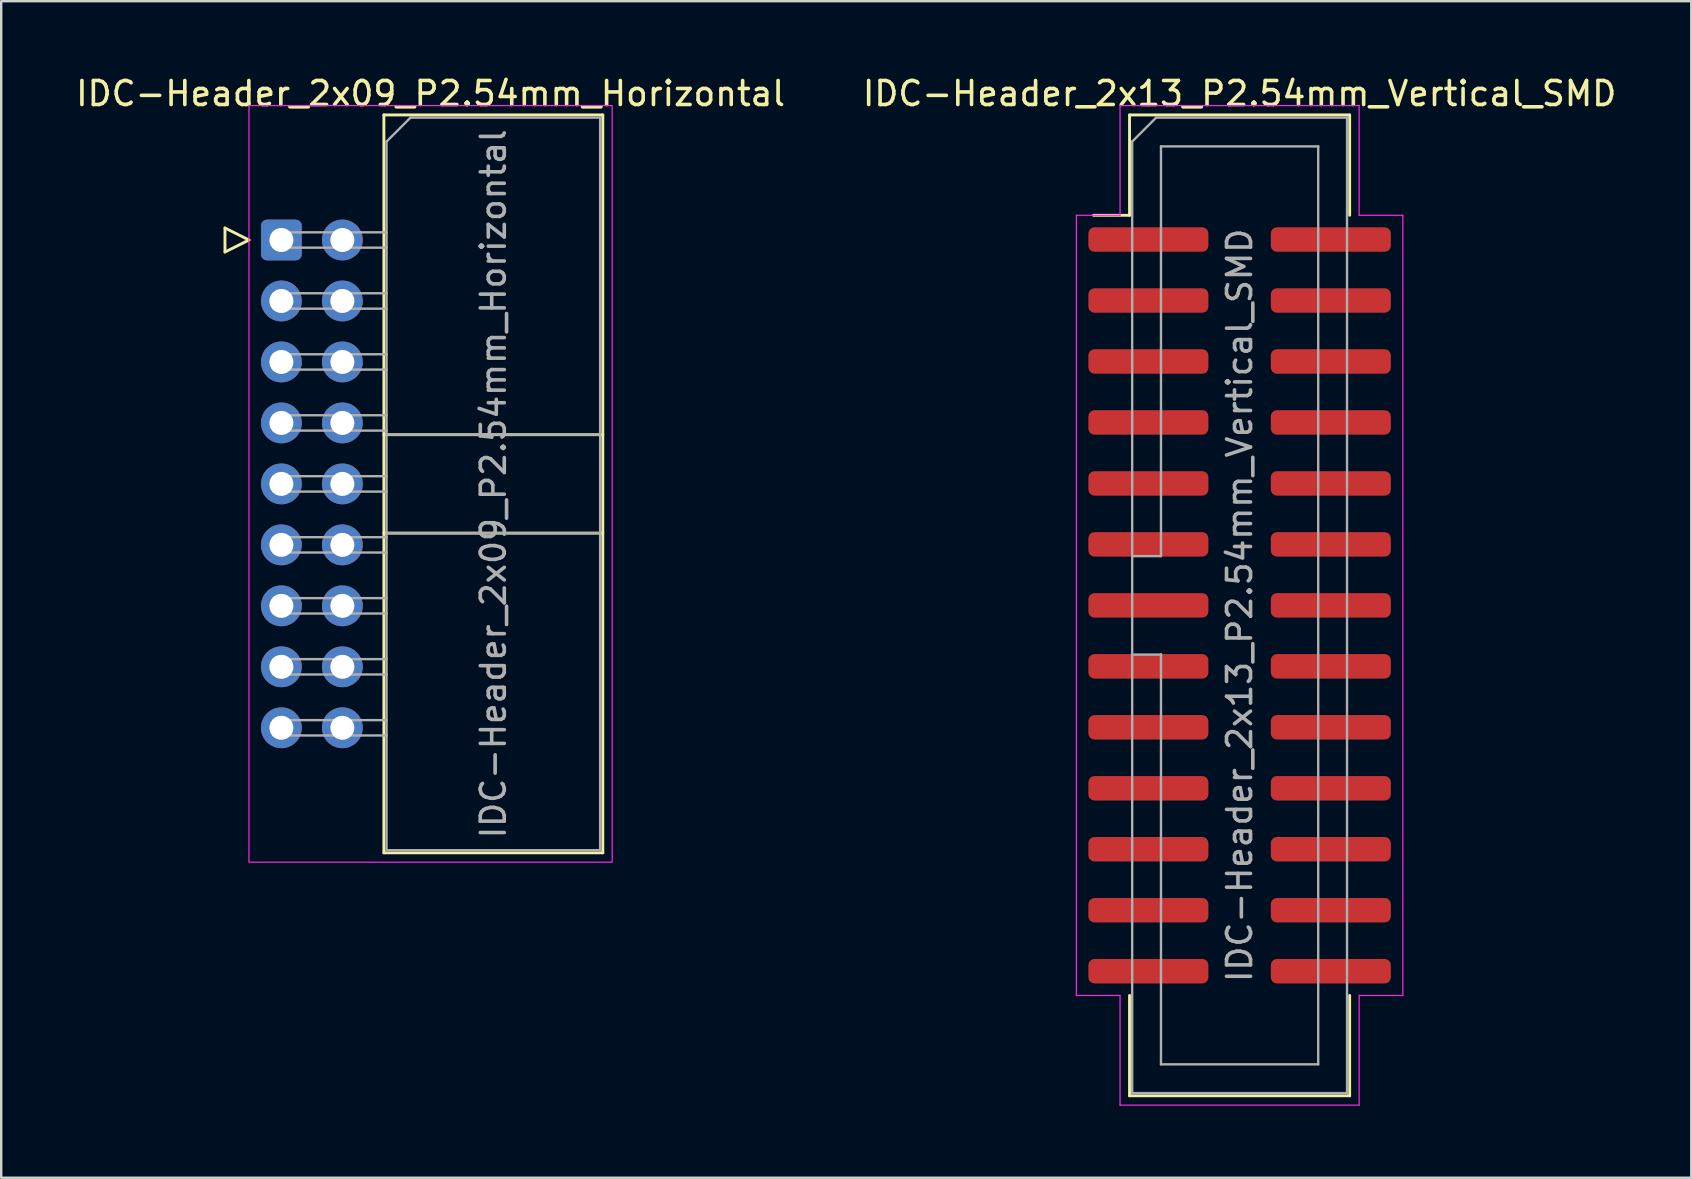
<source format=kicad_pcb>
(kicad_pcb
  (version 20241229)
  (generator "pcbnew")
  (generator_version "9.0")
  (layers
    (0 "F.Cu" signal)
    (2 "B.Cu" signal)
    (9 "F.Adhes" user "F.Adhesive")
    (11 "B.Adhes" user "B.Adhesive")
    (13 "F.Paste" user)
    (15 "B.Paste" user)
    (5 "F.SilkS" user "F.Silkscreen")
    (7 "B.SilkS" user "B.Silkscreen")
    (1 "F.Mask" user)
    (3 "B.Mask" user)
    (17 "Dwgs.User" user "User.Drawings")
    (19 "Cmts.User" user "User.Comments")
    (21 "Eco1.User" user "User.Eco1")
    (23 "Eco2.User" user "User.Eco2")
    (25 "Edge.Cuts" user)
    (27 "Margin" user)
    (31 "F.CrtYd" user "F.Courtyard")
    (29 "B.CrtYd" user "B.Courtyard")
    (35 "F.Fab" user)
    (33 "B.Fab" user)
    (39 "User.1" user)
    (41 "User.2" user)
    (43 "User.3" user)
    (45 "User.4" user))
  (footprint "IDC-Header_2x09_P2.54mm_Horizontal"
    (layer "F.Cu")
    (at 8.672 6.948)
    (property "Reference" "IDC-Header_2x09_P2.54mm_Horizontal" (at 6.215 -6.1 0) (layer "F.SilkS") (effects (font (size 1 1) (thickness 0.15))))
    (attr through_hole)
    (fp_line (start -2.35 -0.5) (end -2.35 0.5) (stroke (width 0.12) (type solid)) (layer "F.SilkS"))
    (fp_line (start -2.35 0.5) (end -1.35 0) (stroke (width 0.12) (type solid)) (layer "F.SilkS"))
    (fp_line (start -1.35 0) (end -2.35 -0.5) (stroke (width 0.12) (type solid)) (layer "F.SilkS"))
    (fp_line (start 4.27 -5.21) (end 13.39 -5.21) (stroke (width 0.12) (type solid)) (layer "F.SilkS"))
    (fp_line (start 4.27 8.11) (end 13.39 8.11) (stroke (width 0.12) (type solid)) (layer "F.SilkS"))
    (fp_line (start 4.27 12.21) (end 13.39 12.21) (stroke (width 0.12) (type solid)) (layer "F.SilkS"))
    (fp_line (start 4.27 25.53) (end 4.27 -5.21) (stroke (width 0.12) (type solid)) (layer "F.SilkS"))
    (fp_line (start 13.39 -5.21) (end 13.39 25.53) (stroke (width 0.12) (type solid)) (layer "F.SilkS"))
    (fp_line (start 13.39 25.53) (end 4.27 25.53) (stroke (width 0.12) (type solid)) (layer "F.SilkS"))
    (fp_rect (start -1.35 -5.6) (end 13.78 25.92) (stroke (width 0.05) (type solid)) (fill no) (layer "F.CrtYd"))
    (fp_line (start -0.32 -0.32) (end -0.32 0.32) (stroke (width 0.1) (type solid)) (layer "F.Fab"))
    (fp_line (start -0.32 0.32) (end 4.38 0.32) (stroke (width 0.1) (type solid)) (layer "F.Fab"))
    (fp_line (start -0.32 2.22) (end -0.32 2.86) (stroke (width 0.1) (type solid)) (layer "F.Fab"))
    (fp_line (start -0.32 2.86) (end 4.38 2.86) (stroke (width 0.1) (type solid)) (layer "F.Fab"))
    (fp_line (start -0.32 4.76) (end -0.32 5.4) (stroke (width 0.1) (type solid)) (layer "F.Fab"))
    (fp_line (start -0.32 5.4) (end 4.38 5.4) (stroke (width 0.1) (type solid)) (layer "F.Fab"))
    (fp_line (start -0.32 7.3) (end -0.32 7.94) (stroke (width 0.1) (type solid)) (layer "F.Fab"))
    (fp_line (start -0.32 7.94) (end 4.38 7.94) (stroke (width 0.1) (type solid)) (layer "F.Fab"))
    (fp_line (start -0.32 9.84) (end -0.32 10.48) (stroke (width 0.1) (type solid)) (layer "F.Fab"))
    (fp_line (start -0.32 10.48) (end 4.38 10.48) (stroke (width 0.1) (type solid)) (layer "F.Fab"))
    (fp_line (start -0.32 12.38) (end -0.32 13.02) (stroke (width 0.1) (type solid)) (layer "F.Fab"))
    (fp_line (start -0.32 13.02) (end 4.38 13.02) (stroke (width 0.1) (type solid)) (layer "F.Fab"))
    (fp_line (start -0.32 14.92) (end -0.32 15.56) (stroke (width 0.1) (type solid)) (layer "F.Fab"))
    (fp_line (start -0.32 15.56) (end 4.38 15.56) (stroke (width 0.1) (type solid)) (layer "F.Fab"))
    (fp_line (start -0.32 17.46) (end -0.32 18.1) (stroke (width 0.1) (type solid)) (layer "F.Fab"))
    (fp_line (start -0.32 18.1) (end 4.38 18.1) (stroke (width 0.1) (type solid)) (layer "F.Fab"))
    (fp_line (start -0.32 20) (end -0.32 20.64) (stroke (width 0.1) (type solid)) (layer "F.Fab"))
    (fp_line (start -0.32 20.64) (end 4.38 20.64) (stroke (width 0.1) (type solid)) (layer "F.Fab"))
    (fp_line (start 4.38 -4.1) (end 5.38 -5.1) (stroke (width 0.1) (type solid)) (layer "F.Fab"))
    (fp_line (start 4.38 -0.32) (end -0.32 -0.32) (stroke (width 0.1) (type solid)) (layer "F.Fab"))
    (fp_line (start 4.38 2.22) (end -0.32 2.22) (stroke (width 0.1) (type solid)) (layer "F.Fab"))
    (fp_line (start 4.38 4.76) (end -0.32 4.76) (stroke (width 0.1) (type solid)) (layer "F.Fab"))
    (fp_line (start 4.38 7.3) (end -0.32 7.3) (stroke (width 0.1) (type solid)) (layer "F.Fab"))
    (fp_line (start 4.38 8.11) (end 13.28 8.11) (stroke (width 0.1) (type solid)) (layer "F.Fab"))
    (fp_line (start 4.38 9.84) (end -0.32 9.84) (stroke (width 0.1) (type solid)) (layer "F.Fab"))
    (fp_line (start 4.38 12.21) (end 13.28 12.21) (stroke (width 0.1) (type solid)) (layer "F.Fab"))
    (fp_line (start 4.38 12.38) (end -0.32 12.38) (stroke (width 0.1) (type solid)) (layer "F.Fab"))
    (fp_line (start 4.38 14.92) (end -0.32 14.92) (stroke (width 0.1) (type solid)) (layer "F.Fab"))
    (fp_line (start 4.38 17.46) (end -0.32 17.46) (stroke (width 0.1) (type solid)) (layer "F.Fab"))
    (fp_line (start 4.38 20) (end -0.32 20) (stroke (width 0.1) (type solid)) (layer "F.Fab"))
    (fp_line (start 4.38 25.42) (end 4.38 -4.1) (stroke (width 0.1) (type solid)) (layer "F.Fab"))
    (fp_line (start 5.38 -5.1) (end 13.28 -5.1) (stroke (width 0.1) (type solid)) (layer "F.Fab"))
    (fp_line (start 13.28 -5.1) (end 13.28 25.42) (stroke (width 0.1) (type solid)) (layer "F.Fab"))
    (fp_line (start 13.28 25.42) (end 4.38 25.42) (stroke (width 0.1) (type solid)) (layer "F.Fab"))
    (fp_text user "${REFERENCE}" (at 8.83 10.16 90) (layer "F.Fab") (effects (font (size 1 1) (thickness 0.15))))
    (pad "1" thru_hole roundrect (at 0 0) (size 1.7 1.7) (drill 1) (layers "*.Cu" "*.Mask") (roundrect_rratio 0.147))
    (pad "2" thru_hole circle (at 2.54 0) (size 1.7 1.7) (drill 1) (layers "*.Cu" "*.Mask"))
    (pad "3" thru_hole circle (at 0 2.54) (size 1.7 1.7) (drill 1) (layers "*.Cu" "*.Mask"))
    (pad "4" thru_hole circle (at 2.54 2.54) (size 1.7 1.7) (drill 1) (layers "*.Cu" "*.Mask"))
    (pad "5" thru_hole circle (at 0 5.08) (size 1.7 1.7) (drill 1) (layers "*.Cu" "*.Mask"))
    (pad "6" thru_hole circle (at 2.54 5.08) (size 1.7 1.7) (drill 1) (layers "*.Cu" "*.Mask"))
    (pad "7" thru_hole circle (at 0 7.62) (size 1.7 1.7) (drill 1) (layers "*.Cu" "*.Mask"))
    (pad "8" thru_hole circle (at 2.54 7.62) (size 1.7 1.7) (drill 1) (layers "*.Cu" "*.Mask"))
    (pad "9" thru_hole circle (at 0 10.16) (size 1.7 1.7) (drill 1) (layers "*.Cu" "*.Mask"))
    (pad "10" thru_hole circle (at 2.54 10.16) (size 1.7 1.7) (drill 1) (layers "*.Cu" "*.Mask"))
    (pad "11" thru_hole circle (at 0 12.7) (size 1.7 1.7) (drill 1) (layers "*.Cu" "*.Mask"))
    (pad "12" thru_hole circle (at 2.54 12.7) (size 1.7 1.7) (drill 1) (layers "*.Cu" "*.Mask"))
    (pad "13" thru_hole circle (at 0 15.24) (size 1.7 1.7) (drill 1) (layers "*.Cu" "*.Mask"))
    (pad "14" thru_hole circle (at 2.54 15.24) (size 1.7 1.7) (drill 1) (layers "*.Cu" "*.Mask"))
    (pad "15" thru_hole circle (at 0 17.78) (size 1.7 1.7) (drill 1) (layers "*.Cu" "*.Mask"))
    (pad "16" thru_hole circle (at 2.54 17.78) (size 1.7 1.7) (drill 1) (layers "*.Cu" "*.Mask"))
    (pad "17" thru_hole circle (at 0 20.32) (size 1.7 1.7) (drill 1) (layers "*.Cu" "*.Mask"))
    (pad "18" thru_hole circle (at 2.54 20.32) (size 1.7 1.7) (drill 1) (layers "*.Cu" "*.Mask")))
  (footprint "IDC-Header_2x13_P2.54mm_Vertical_SMD"
    (layer "F.Cu")
    (at 48.589 22.168)
    (property "Reference" "IDC-Header_2x13_P2.54mm_Vertical_SMD" (at 0 -21.32 0) (layer "F.SilkS") (effects (font (size 1 1) (thickness 0.15))))
    (attr smd)
    (fp_line (start -4.585 -20.43) (end 4.585 -20.43) (stroke (width 0.12) (type solid)) (layer "F.SilkS"))
    (fp_line (start -4.585 -16.25) (end -6.085 -16.25) (stroke (width 0.12) (type solid)) (layer "F.SilkS"))
    (fp_line (start -4.585 -16.25) (end -4.585 -20.43) (stroke (width 0.12) (type solid)) (layer "F.SilkS"))
    (fp_line (start -4.585 16.25) (end -4.585 20.43) (stroke (width 0.12) (type solid)) (layer "F.SilkS"))
    (fp_line (start -4.585 20.43) (end 4.585 20.43) (stroke (width 0.12) (type solid)) (layer "F.SilkS"))
    (fp_line (start 4.585 -20.43) (end 4.585 -16.25) (stroke (width 0.12) (type solid)) (layer "F.SilkS"))
    (fp_line (start 4.585 20.43) (end 4.585 16.25) (stroke (width 0.12) (type solid)) (layer "F.SilkS"))
    (fp_line (start -6.8 -16.25) (end -6.8 16.25) (stroke (width 0.05) (type solid)) (layer "F.CrtYd"))
    (fp_line (start -6.8 16.25) (end -4.98 16.25) (stroke (width 0.05) (type solid)) (layer "F.CrtYd"))
    (fp_line (start -4.98 -20.82) (end -4.98 -16.25) (stroke (width 0.05) (type solid)) (layer "F.CrtYd"))
    (fp_line (start -4.98 -16.25) (end -6.8 -16.25) (stroke (width 0.05) (type solid)) (layer "F.CrtYd"))
    (fp_line (start -4.98 16.25) (end -4.98 20.82) (stroke (width 0.05) (type solid)) (layer "F.CrtYd"))
    (fp_line (start -4.98 20.82) (end 4.98 20.82) (stroke (width 0.05) (type solid)) (layer "F.CrtYd"))
    (fp_line (start 4.98 -20.82) (end -4.98 -20.82) (stroke (width 0.05) (type solid)) (layer "F.CrtYd"))
    (fp_line (start 4.98 -16.25) (end 4.98 -20.82) (stroke (width 0.05) (type solid)) (layer "F.CrtYd"))
    (fp_line (start 4.98 16.25) (end 6.8 16.25) (stroke (width 0.05) (type solid)) (layer "F.CrtYd"))
    (fp_line (start 4.98 20.82) (end 4.98 16.25) (stroke (width 0.05) (type solid)) (layer "F.CrtYd"))
    (fp_line (start 6.8 -16.25) (end 4.98 -16.25) (stroke (width 0.05) (type solid)) (layer "F.CrtYd"))
    (fp_line (start 6.8 16.25) (end 6.8 -16.25) (stroke (width 0.05) (type solid)) (layer "F.CrtYd"))
    (fp_line (start -4.475 -19.32) (end -3.475 -20.32) (stroke (width 0.1) (type solid)) (layer "F.Fab"))
    (fp_line (start -4.475 -2.05) (end -3.275 -2.05) (stroke (width 0.1) (type solid)) (layer "F.Fab"))
    (fp_line (start -4.475 20.32) (end -4.475 -19.32) (stroke (width 0.1) (type solid)) (layer "F.Fab"))
    (fp_line (start -3.475 -20.32) (end 4.475 -20.32) (stroke (width 0.1) (type solid)) (layer "F.Fab"))
    (fp_line (start -3.275 -19.12) (end 3.275 -19.12) (stroke (width 0.1) (type solid)) (layer "F.Fab"))
    (fp_line (start -3.275 -2.05) (end -3.275 -19.12) (stroke (width 0.1) (type solid)) (layer "F.Fab"))
    (fp_line (start -3.275 2.05) (end -4.475 2.05) (stroke (width 0.1) (type solid)) (layer "F.Fab"))
    (fp_line (start -3.275 2.05) (end -3.275 2.05) (stroke (width 0.1) (type solid)) (layer "F.Fab"))
    (fp_line (start -3.275 19.12) (end -3.275 2.05) (stroke (width 0.1) (type solid)) (layer "F.Fab"))
    (fp_line (start 3.275 -19.12) (end 3.275 19.12) (stroke (width 0.1) (type solid)) (layer "F.Fab"))
    (fp_line (start 3.275 19.12) (end -3.275 19.12) (stroke (width 0.1) (type solid)) (layer "F.Fab"))
    (fp_line (start 4.475 -20.32) (end 4.475 20.32) (stroke (width 0.1) (type solid)) (layer "F.Fab"))
    (fp_line (start 4.475 20.32) (end -4.475 20.32) (stroke (width 0.1) (type solid)) (layer "F.Fab"))
    (fp_text user "${REFERENCE}" (at 0 0 90) (layer "F.Fab") (effects (font (size 1 1) (thickness 0.15))))
    (pad "1" smd roundrect (at -3.8 -15.24) (size 5 1.02) (layers "F.Cu" "F.Mask" "F.Paste") (roundrect_rratio 0.25))
    (pad "2" smd roundrect (at 3.8 -15.24) (size 5 1.02) (layers "F.Cu" "F.Mask" "F.Paste") (roundrect_rratio 0.25))
    (pad "3" smd roundrect (at -3.8 -12.7) (size 5 1.02) (layers "F.Cu" "F.Mask" "F.Paste") (roundrect_rratio 0.25))
    (pad "4" smd roundrect (at 3.8 -12.7) (size 5 1.02) (layers "F.Cu" "F.Mask" "F.Paste") (roundrect_rratio 0.25))
    (pad "5" smd roundrect (at -3.8 -10.16) (size 5 1.02) (layers "F.Cu" "F.Mask" "F.Paste") (roundrect_rratio 0.25))
    (pad "6" smd roundrect (at 3.8 -10.16) (size 5 1.02) (layers "F.Cu" "F.Mask" "F.Paste") (roundrect_rratio 0.25))
    (pad "7" smd roundrect (at -3.8 -7.62) (size 5 1.02) (layers "F.Cu" "F.Mask" "F.Paste") (roundrect_rratio 0.25))
    (pad "8" smd roundrect (at 3.8 -7.62) (size 5 1.02) (layers "F.Cu" "F.Mask" "F.Paste") (roundrect_rratio 0.25))
    (pad "9" smd roundrect (at -3.8 -5.08) (size 5 1.02) (layers "F.Cu" "F.Mask" "F.Paste") (roundrect_rratio 0.25))
    (pad "10" smd roundrect (at 3.8 -5.08) (size 5 1.02) (layers "F.Cu" "F.Mask" "F.Paste") (roundrect_rratio 0.25))
    (pad "11" smd roundrect (at -3.8 -2.54) (size 5 1.02) (layers "F.Cu" "F.Mask" "F.Paste") (roundrect_rratio 0.25))
    (pad "12" smd roundrect (at 3.8 -2.54) (size 5 1.02) (layers "F.Cu" "F.Mask" "F.Paste") (roundrect_rratio 0.25))
    (pad "13" smd roundrect (at -3.8 0) (size 5 1.02) (layers "F.Cu" "F.Mask" "F.Paste") (roundrect_rratio 0.25))
    (pad "14" smd roundrect (at 3.8 0) (size 5 1.02) (layers "F.Cu" "F.Mask" "F.Paste") (roundrect_rratio 0.25))
    (pad "15" smd roundrect (at -3.8 2.54) (size 5 1.02) (layers "F.Cu" "F.Mask" "F.Paste") (roundrect_rratio 0.25))
    (pad "16" smd roundrect (at 3.8 2.54) (size 5 1.02) (layers "F.Cu" "F.Mask" "F.Paste") (roundrect_rratio 0.25))
    (pad "17" smd roundrect (at -3.8 5.08) (size 5 1.02) (layers "F.Cu" "F.Mask" "F.Paste") (roundrect_rratio 0.25))
    (pad "18" smd roundrect (at 3.8 5.08) (size 5 1.02) (layers "F.Cu" "F.Mask" "F.Paste") (roundrect_rratio 0.25))
    (pad "19" smd roundrect (at -3.8 7.62) (size 5 1.02) (layers "F.Cu" "F.Mask" "F.Paste") (roundrect_rratio 0.25))
    (pad "20" smd roundrect (at 3.8 7.62) (size 5 1.02) (layers "F.Cu" "F.Mask" "F.Paste") (roundrect_rratio 0.25))
    (pad "21" smd roundrect (at -3.8 10.16) (size 5 1.02) (layers "F.Cu" "F.Mask" "F.Paste") (roundrect_rratio 0.25))
    (pad "22" smd roundrect (at 3.8 10.16) (size 5 1.02) (layers "F.Cu" "F.Mask" "F.Paste") (roundrect_rratio 0.25))
    (pad "23" smd roundrect (at -3.8 12.7) (size 5 1.02) (layers "F.Cu" "F.Mask" "F.Paste") (roundrect_rratio 0.25))
    (pad "24" smd roundrect (at 3.8 12.7) (size 5 1.02) (layers "F.Cu" "F.Mask" "F.Paste") (roundrect_rratio 0.25))
    (pad "25" smd roundrect (at -3.8 15.24) (size 5 1.02) (layers "F.Cu" "F.Mask" "F.Paste") (roundrect_rratio 0.25))
    (pad "26" smd roundrect (at 3.8 15.24) (size 5 1.02) (layers "F.Cu" "F.Mask" "F.Paste") (roundrect_rratio 0.25)))
  (gr_rect
    (start -3 -3)
    (end 67.405 46.013)
    (stroke (width 0.1) (type default))
    (fill no)
    (layer "Edge.Cuts")))
</source>
